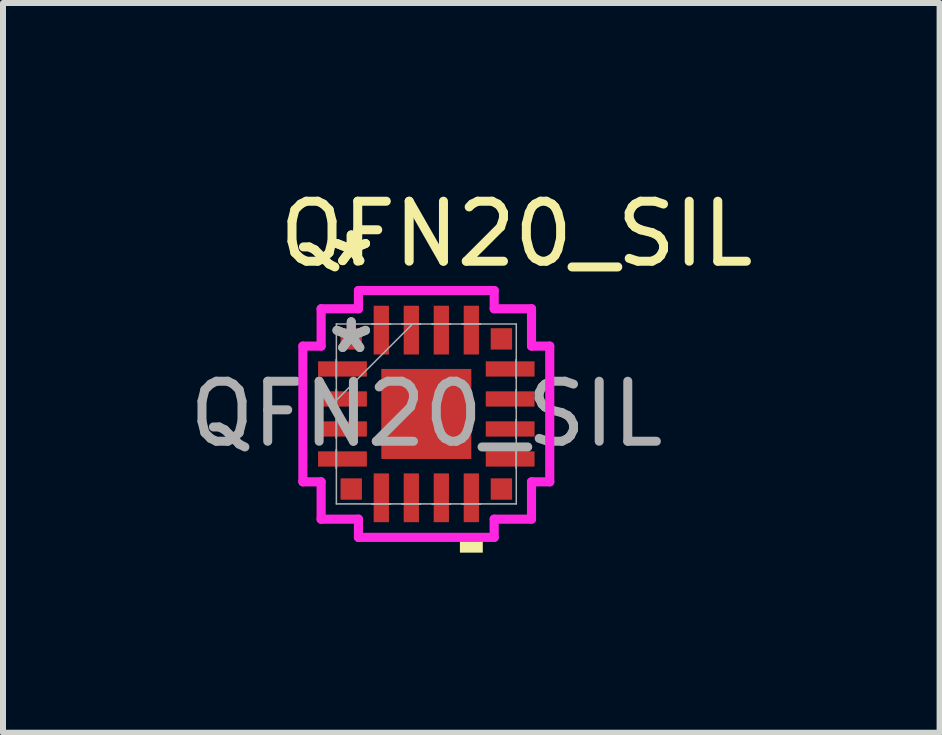
<source format=kicad_pcb>
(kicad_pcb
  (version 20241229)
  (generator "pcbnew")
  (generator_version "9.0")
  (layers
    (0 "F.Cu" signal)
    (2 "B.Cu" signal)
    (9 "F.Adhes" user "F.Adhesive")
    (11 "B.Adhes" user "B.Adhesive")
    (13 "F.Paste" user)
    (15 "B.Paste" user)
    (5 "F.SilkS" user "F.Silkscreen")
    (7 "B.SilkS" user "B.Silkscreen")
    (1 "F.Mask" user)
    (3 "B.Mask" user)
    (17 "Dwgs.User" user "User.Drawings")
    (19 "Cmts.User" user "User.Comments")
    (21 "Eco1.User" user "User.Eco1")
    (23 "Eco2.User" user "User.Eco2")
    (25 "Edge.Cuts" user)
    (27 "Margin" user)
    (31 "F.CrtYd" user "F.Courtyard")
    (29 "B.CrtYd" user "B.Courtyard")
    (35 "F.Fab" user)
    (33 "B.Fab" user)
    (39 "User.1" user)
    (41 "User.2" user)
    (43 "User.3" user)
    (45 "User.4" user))
  (footprint "QFN20_SIL"
    (layer "F.Cu")
    (at 4.054 3.848)
    (property "Reference" "QFN20_SIL" (at 1.5 -3 0) (unlocked yes) (layer "F.SilkS") (effects (font (size 1 1) (thickness 0.15))))
    (attr smd)
    (fp_poly (pts (xy 0.56 2.057) (xy 0.56 2.311) (xy 0.941 2.311) (xy 0.941 2.057)) (stroke (width 0) (type solid)) (fill yes) (layer "F.SilkS"))
    (fp_line (start -2.057 -1.131) (end -1.753 -1.131) (stroke (width 0.152) (type solid)) (layer "F.CrtYd"))
    (fp_line (start -2.057 1.131) (end -2.057 -1.131) (stroke (width 0.152) (type solid)) (layer "F.CrtYd"))
    (fp_line (start -2.057 1.131) (end -1.753 1.131) (stroke (width 0.152) (type solid)) (layer "F.CrtYd"))
    (fp_line (start -1.753 -1.753) (end -1.131 -1.753) (stroke (width 0.152) (type solid)) (layer "F.CrtYd"))
    (fp_line (start -1.753 -1.131) (end -1.753 -1.753) (stroke (width 0.152) (type solid)) (layer "F.CrtYd"))
    (fp_line (start -1.753 1.753) (end -1.753 1.131) (stroke (width 0.152) (type solid)) (layer "F.CrtYd"))
    (fp_line (start -1.131 -2.057) (end 1.131 -2.057) (stroke (width 0.152) (type solid)) (layer "F.CrtYd"))
    (fp_line (start -1.131 -1.753) (end -1.131 -2.057) (stroke (width 0.152) (type solid)) (layer "F.CrtYd"))
    (fp_line (start -1.131 1.753) (end -1.753 1.753) (stroke (width 0.152) (type solid)) (layer "F.CrtYd"))
    (fp_line (start -1.131 2.057) (end -1.131 1.753) (stroke (width 0.152) (type solid)) (layer "F.CrtYd"))
    (fp_line (start 1.131 -2.057) (end 1.131 -1.753) (stroke (width 0.152) (type solid)) (layer "F.CrtYd"))
    (fp_line (start 1.131 -1.753) (end 1.753 -1.753) (stroke (width 0.152) (type solid)) (layer "F.CrtYd"))
    (fp_line (start 1.131 1.753) (end 1.131 2.057) (stroke (width 0.152) (type solid)) (layer "F.CrtYd"))
    (fp_line (start 1.131 2.057) (end -1.131 2.057) (stroke (width 0.152) (type solid)) (layer "F.CrtYd"))
    (fp_line (start 1.753 -1.753) (end 1.753 -1.131) (stroke (width 0.152) (type solid)) (layer "F.CrtYd"))
    (fp_line (start 1.753 -1.131) (end 2.057 -1.131) (stroke (width 0.152) (type solid)) (layer "F.CrtYd"))
    (fp_line (start 1.753 1.131) (end 1.753 1.753) (stroke (width 0.152) (type solid)) (layer "F.CrtYd"))
    (fp_line (start 1.753 1.753) (end 1.131 1.753) (stroke (width 0.152) (type solid)) (layer "F.CrtYd"))
    (fp_line (start 2.057 -1.131) (end 2.057 1.131) (stroke (width 0.152) (type solid)) (layer "F.CrtYd"))
    (fp_line (start 2.057 1.131) (end 1.753 1.131) (stroke (width 0.152) (type solid)) (layer "F.CrtYd"))
    (fp_line (start -1.499 -1.499) (end -1.499 1.499) (stroke (width 0.025) (type solid)) (layer "F.Fab"))
    (fp_line (start -1.499 -0.902) (end -1.499 -0.902) (stroke (width 0.025) (type solid)) (layer "F.Fab"))
    (fp_line (start -1.499 -0.902) (end -1.499 -0.598) (stroke (width 0.025) (type solid)) (layer "F.Fab"))
    (fp_line (start -1.499 -0.598) (end -1.499 -0.902) (stroke (width 0.025) (type solid)) (layer "F.Fab"))
    (fp_line (start -1.499 -0.598) (end -1.499 -0.598) (stroke (width 0.025) (type solid)) (layer "F.Fab"))
    (fp_line (start -1.499 -0.402) (end -1.499 -0.402) (stroke (width 0.025) (type solid)) (layer "F.Fab"))
    (fp_line (start -1.499 -0.402) (end -1.499 -0.098) (stroke (width 0.025) (type solid)) (layer "F.Fab"))
    (fp_line (start -1.499 -0.229) (end -0.229 -1.499) (stroke (width 0.025) (type solid)) (layer "F.Fab"))
    (fp_line (start -1.499 -0.098) (end -1.499 -0.402) (stroke (width 0.025) (type solid)) (layer "F.Fab"))
    (fp_line (start -1.499 -0.098) (end -1.499 -0.098) (stroke (width 0.025) (type solid)) (layer "F.Fab"))
    (fp_line (start -1.499 0.098) (end -1.499 0.098) (stroke (width 0.025) (type solid)) (layer "F.Fab"))
    (fp_line (start -1.499 0.098) (end -1.499 0.402) (stroke (width 0.025) (type solid)) (layer "F.Fab"))
    (fp_line (start -1.499 0.402) (end -1.499 0.098) (stroke (width 0.025) (type solid)) (layer "F.Fab"))
    (fp_line (start -1.499 0.402) (end -1.499 0.402) (stroke (width 0.025) (type solid)) (layer "F.Fab"))
    (fp_line (start -1.499 0.598) (end -1.499 0.598) (stroke (width 0.025) (type solid)) (layer "F.Fab"))
    (fp_line (start -1.499 0.598) (end -1.499 0.902) (stroke (width 0.025) (type solid)) (layer "F.Fab"))
    (fp_line (start -1.499 0.902) (end -1.499 0.598) (stroke (width 0.025) (type solid)) (layer "F.Fab"))
    (fp_line (start -1.499 0.902) (end -1.499 0.902) (stroke (width 0.025) (type solid)) (layer "F.Fab"))
    (fp_line (start -1.499 1.499) (end 1.499 1.499) (stroke (width 0.025) (type solid)) (layer "F.Fab"))
    (fp_line (start -0.902 -1.499) (end -0.902 -1.499) (stroke (width 0.025) (type solid)) (layer "F.Fab"))
    (fp_line (start -0.902 -1.499) (end -0.598 -1.499) (stroke (width 0.025) (type solid)) (layer "F.Fab"))
    (fp_line (start -0.902 1.499) (end -0.902 1.499) (stroke (width 0.025) (type solid)) (layer "F.Fab"))
    (fp_line (start -0.902 1.499) (end -0.598 1.499) (stroke (width 0.025) (type solid)) (layer "F.Fab"))
    (fp_line (start -0.598 -1.499) (end -0.902 -1.499) (stroke (width 0.025) (type solid)) (layer "F.Fab"))
    (fp_line (start -0.598 -1.499) (end -0.598 -1.499) (stroke (width 0.025) (type solid)) (layer "F.Fab"))
    (fp_line (start -0.598 1.499) (end -0.902 1.499) (stroke (width 0.025) (type solid)) (layer "F.Fab"))
    (fp_line (start -0.598 1.499) (end -0.598 1.499) (stroke (width 0.025) (type solid)) (layer "F.Fab"))
    (fp_line (start -0.402 -1.499) (end -0.402 -1.499) (stroke (width 0.025) (type solid)) (layer "F.Fab"))
    (fp_line (start -0.402 -1.499) (end -0.098 -1.499) (stroke (width 0.025) (type solid)) (layer "F.Fab"))
    (fp_line (start -0.402 1.499) (end -0.402 1.499) (stroke (width 0.025) (type solid)) (layer "F.Fab"))
    (fp_line (start -0.402 1.499) (end -0.098 1.499) (stroke (width 0.025) (type solid)) (layer "F.Fab"))
    (fp_line (start -0.098 -1.499) (end -0.402 -1.499) (stroke (width 0.025) (type solid)) (layer "F.Fab"))
    (fp_line (start -0.098 -1.499) (end -0.098 -1.499) (stroke (width 0.025) (type solid)) (layer "F.Fab"))
    (fp_line (start -0.098 1.499) (end -0.402 1.499) (stroke (width 0.025) (type solid)) (layer "F.Fab"))
    (fp_line (start -0.098 1.499) (end -0.098 1.499) (stroke (width 0.025) (type solid)) (layer "F.Fab"))
    (fp_line (start 0.098 -1.499) (end 0.098 -1.499) (stroke (width 0.025) (type solid)) (layer "F.Fab"))
    (fp_line (start 0.098 -1.499) (end 0.402 -1.499) (stroke (width 0.025) (type solid)) (layer "F.Fab"))
    (fp_line (start 0.098 1.499) (end 0.098 1.499) (stroke (width 0.025) (type solid)) (layer "F.Fab"))
    (fp_line (start 0.098 1.499) (end 0.402 1.499) (stroke (width 0.025) (type solid)) (layer "F.Fab"))
    (fp_line (start 0.402 -1.499) (end 0.098 -1.499) (stroke (width 0.025) (type solid)) (layer "F.Fab"))
    (fp_line (start 0.402 -1.499) (end 0.402 -1.499) (stroke (width 0.025) (type solid)) (layer "F.Fab"))
    (fp_line (start 0.402 1.499) (end 0.098 1.499) (stroke (width 0.025) (type solid)) (layer "F.Fab"))
    (fp_line (start 0.402 1.499) (end 0.402 1.499) (stroke (width 0.025) (type solid)) (layer "F.Fab"))
    (fp_line (start 0.598 -1.499) (end 0.598 -1.499) (stroke (width 0.025) (type solid)) (layer "F.Fab"))
    (fp_line (start 0.598 -1.499) (end 0.902 -1.499) (stroke (width 0.025) (type solid)) (layer "F.Fab"))
    (fp_line (start 0.598 1.499) (end 0.598 1.499) (stroke (width 0.025) (type solid)) (layer "F.Fab"))
    (fp_line (start 0.598 1.499) (end 0.902 1.499) (stroke (width 0.025) (type solid)) (layer "F.Fab"))
    (fp_line (start 0.902 -1.499) (end 0.598 -1.499) (stroke (width 0.025) (type solid)) (layer "F.Fab"))
    (fp_line (start 0.902 -1.499) (end 0.902 -1.499) (stroke (width 0.025) (type solid)) (layer "F.Fab"))
    (fp_line (start 0.902 1.499) (end 0.598 1.499) (stroke (width 0.025) (type solid)) (layer "F.Fab"))
    (fp_line (start 0.902 1.499) (end 0.902 1.499) (stroke (width 0.025) (type solid)) (layer "F.Fab"))
    (fp_line (start 1.499 -1.499) (end -1.499 -1.499) (stroke (width 0.025) (type solid)) (layer "F.Fab"))
    (fp_line (start 1.499 -0.902) (end 1.499 -0.902) (stroke (width 0.025) (type solid)) (layer "F.Fab"))
    (fp_line (start 1.499 -0.902) (end 1.499 -0.598) (stroke (width 0.025) (type solid)) (layer "F.Fab"))
    (fp_line (start 1.499 -0.598) (end 1.499 -0.902) (stroke (width 0.025) (type solid)) (layer "F.Fab"))
    (fp_line (start 1.499 -0.598) (end 1.499 -0.598) (stroke (width 0.025) (type solid)) (layer "F.Fab"))
    (fp_line (start 1.499 -0.402) (end 1.499 -0.402) (stroke (width 0.025) (type solid)) (layer "F.Fab"))
    (fp_line (start 1.499 -0.402) (end 1.499 -0.098) (stroke (width 0.025) (type solid)) (layer "F.Fab"))
    (fp_line (start 1.499 -0.098) (end 1.499 -0.402) (stroke (width 0.025) (type solid)) (layer "F.Fab"))
    (fp_line (start 1.499 -0.098) (end 1.499 -0.098) (stroke (width 0.025) (type solid)) (layer "F.Fab"))
    (fp_line (start 1.499 0.098) (end 1.499 0.098) (stroke (width 0.025) (type solid)) (layer "F.Fab"))
    (fp_line (start 1.499 0.098) (end 1.499 0.402) (stroke (width 0.025) (type solid)) (layer "F.Fab"))
    (fp_line (start 1.499 0.402) (end 1.499 0.098) (stroke (width 0.025) (type solid)) (layer "F.Fab"))
    (fp_line (start 1.499 0.402) (end 1.499 0.402) (stroke (width 0.025) (type solid)) (layer "F.Fab"))
    (fp_line (start 1.499 0.598) (end 1.499 0.598) (stroke (width 0.025) (type solid)) (layer "F.Fab"))
    (fp_line (start 1.499 0.598) (end 1.499 0.902) (stroke (width 0.025) (type solid)) (layer "F.Fab"))
    (fp_line (start 1.499 0.902) (end 1.499 0.598) (stroke (width 0.025) (type solid)) (layer "F.Fab"))
    (fp_line (start 1.499 0.902) (end 1.499 0.902) (stroke (width 0.025) (type solid)) (layer "F.Fab"))
    (fp_line (start 1.499 1.499) (end 1.499 -1.499) (stroke (width 0.025) (type solid)) (layer "F.Fab"))
    (fp_text user "*" (at -1.251 -2.438 0) (layer "F.SilkS") (effects (font (size 1 1) (thickness 0.15))))
    (fp_text user "*" (at -1.251 -2.438 0) (unlocked yes) (layer "F.SilkS") (effects (font (size 1 1) (thickness 0.15))))
    (fp_text user "*" (at -1.251 -0.991 0) (unlocked yes) (layer "F.Fab") (effects (font (size 1 1) (thickness 0.15))))
    (fp_text user "${REFERENCE}" (at 0 0 0) (unlocked yes) (layer "F.Fab") (effects (font (size 1 1) (thickness 0.15))))
    (fp_text user "*" (at -1.251 -0.991 0) (layer "F.Fab") (effects (font (size 1 1) (thickness 0.15))))
    (pad "1" smd rect (at -1.251 -1.251) (size 0.356 0.356) (layers "F.Cu" "F.Mask" "F.Paste"))
    (pad "2" smd rect (at -1.397 -0.75 90) (size 0.254 0.813) (layers "F.Cu" "F.Mask" "F.Paste"))
    (pad "3" smd rect (at -1.397 -0.25 90) (size 0.254 0.813) (layers "F.Cu" "F.Mask" "F.Paste"))
    (pad "4" smd rect (at -1.397 0.25 90) (size 0.254 0.813) (layers "F.Cu" "F.Mask" "F.Paste"))
    (pad "5" smd rect (at -1.397 0.75 90) (size 0.254 0.813) (layers "F.Cu" "F.Mask" "F.Paste"))
    (pad "6" smd rect (at -1.251 1.251) (size 0.356 0.356) (layers "F.Cu" "F.Mask" "F.Paste"))
    (pad "7" smd rect (at -0.75 1.397) (size 0.254 0.813) (layers "F.Cu" "F.Mask" "F.Paste"))
    (pad "8" smd rect (at -0.25 1.397) (size 0.254 0.813) (layers "F.Cu" "F.Mask" "F.Paste"))
    (pad "9" smd rect (at 0.25 1.397) (size 0.254 0.813) (layers "F.Cu" "F.Mask" "F.Paste"))
    (pad "10" smd rect (at 0.75 1.397) (size 0.254 0.813) (layers "F.Cu" "F.Mask" "F.Paste"))
    (pad "11" smd rect (at 1.251 1.251) (size 0.356 0.356) (layers "F.Cu" "F.Mask" "F.Paste"))
    (pad "12" smd rect (at 1.397 0.75 90) (size 0.254 0.813) (layers "F.Cu" "F.Mask" "F.Paste"))
    (pad "13" smd rect (at 1.397 0.25 90) (size 0.254 0.813) (layers "F.Cu" "F.Mask" "F.Paste"))
    (pad "14" smd rect (at 1.397 -0.25 90) (size 0.254 0.813) (layers "F.Cu" "F.Mask" "F.Paste"))
    (pad "15" smd rect (at 1.397 -0.75 90) (size 0.254 0.813) (layers "F.Cu" "F.Mask" "F.Paste"))
    (pad "16" smd rect (at 1.251 -1.251) (size 0.356 0.356) (layers "F.Cu" "F.Mask" "F.Paste"))
    (pad "17" smd rect (at 0.75 -1.397) (size 0.254 0.813) (layers "F.Cu" "F.Mask" "F.Paste"))
    (pad "18" smd rect (at 0.25 -1.397) (size 0.254 0.813) (layers "F.Cu" "F.Mask" "F.Paste"))
    (pad "19" smd rect (at -0.25 -1.397) (size 0.254 0.813) (layers "F.Cu" "F.Mask" "F.Paste"))
    (pad "20" smd rect (at -0.75 -1.397) (size 0.254 0.813) (layers "F.Cu" "F.Mask" "F.Paste"))
    (pad "21" smd rect (at 0 0) (size 1.5 1.5) (layers "F.Cu" "F.Mask" "F.Paste")))
  (gr_rect
    (start -3 -3)
    (end 12.607 9.16)
    (stroke (width 0.1) (type default))
    (fill no)
    (layer "Edge.Cuts")))
</source>
